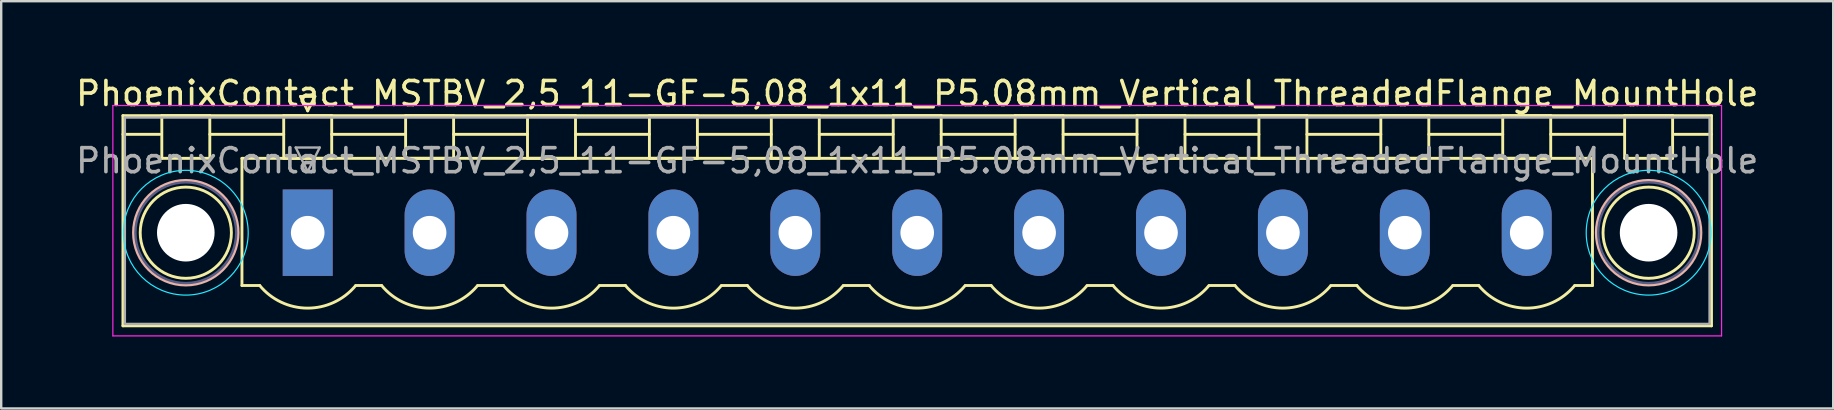
<source format=kicad_pcb>
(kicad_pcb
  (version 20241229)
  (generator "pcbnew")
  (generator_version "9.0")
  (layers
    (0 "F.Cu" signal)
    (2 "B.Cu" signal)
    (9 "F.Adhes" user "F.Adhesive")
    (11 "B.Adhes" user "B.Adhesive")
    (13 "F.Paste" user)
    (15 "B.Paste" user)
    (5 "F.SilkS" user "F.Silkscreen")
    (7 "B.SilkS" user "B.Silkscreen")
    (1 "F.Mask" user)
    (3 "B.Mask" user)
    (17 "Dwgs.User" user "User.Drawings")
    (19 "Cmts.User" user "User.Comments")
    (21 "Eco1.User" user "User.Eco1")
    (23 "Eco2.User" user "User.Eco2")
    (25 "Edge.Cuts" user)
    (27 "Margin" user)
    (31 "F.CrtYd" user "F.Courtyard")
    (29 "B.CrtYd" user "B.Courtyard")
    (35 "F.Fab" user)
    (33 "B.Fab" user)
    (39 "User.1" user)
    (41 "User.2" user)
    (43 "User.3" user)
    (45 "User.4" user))
  (footprint "PhoenixContact_MSTBV_2,5_11-GF-5,08_1x11_P5.08mm_Vertical_ThreadedFlange_MountHole"
    (layer "F.Cu")
    (at 9.773 6.648)
    (property "Reference" "PhoenixContact_MSTBV_2,5_11-GF-5,08_1x11_P5.08mm_Vertical_ThreadedFlange_MountHole" (at 25.4 -5.8 0) (layer "F.SilkS") (effects (font (size 1 1) (thickness 0.15))))
    (attr through_hole)
    (fp_line (start -7.7 -4.88) (end -7.7 3.88) (stroke (width 0.12) (type solid)) (layer "F.SilkS"))
    (fp_line (start -7.7 -4.1) (end -6.16 -4.1) (stroke (width 0.12) (type solid)) (layer "F.SilkS"))
    (fp_line (start -7.7 3.88) (end 58.5 3.88) (stroke (width 0.12) (type solid)) (layer "F.SilkS"))
    (fp_line (start -6.08 -4.88) (end -4.08 -4.88) (stroke (width 0.12) (type solid)) (layer "F.SilkS"))
    (fp_line (start -6.08 -3.1) (end -6.08 -4.88) (stroke (width 0.12) (type solid)) (layer "F.SilkS"))
    (fp_line (start -4.08 -4.88) (end -4.08 -3.1) (stroke (width 0.12) (type solid)) (layer "F.SilkS"))
    (fp_line (start -4.08 -4.1) (end -1 -4.1) (stroke (width 0.12) (type solid)) (layer "F.SilkS"))
    (fp_line (start -4.08 -3.1) (end -6.08 -3.1) (stroke (width 0.12) (type solid)) (layer "F.SilkS"))
    (fp_line (start -2.74 -3.1) (end 53.54 -3.1) (stroke (width 0.12) (type solid)) (layer "F.SilkS"))
    (fp_line (start -2.74 2.2) (end -2.74 -3.1) (stroke (width 0.12) (type solid)) (layer "F.SilkS"))
    (fp_line (start -2 2.2) (end -2.74 2.2) (stroke (width 0.12) (type solid)) (layer "F.SilkS"))
    (fp_line (start -1 -4.88) (end 1 -4.88) (stroke (width 0.12) (type solid)) (layer "F.SilkS"))
    (fp_line (start -1 -3.1) (end -1 -4.88) (stroke (width 0.12) (type solid)) (layer "F.SilkS"))
    (fp_line (start -0.3 -5.68) (end 0.3 -5.68) (stroke (width 0.12) (type solid)) (layer "F.SilkS"))
    (fp_line (start 0 -5.08) (end -0.3 -5.68) (stroke (width 0.12) (type solid)) (layer "F.SilkS"))
    (fp_line (start 0.3 -5.68) (end 0 -5.08) (stroke (width 0.12) (type solid)) (layer "F.SilkS"))
    (fp_line (start 1 -4.88) (end 1 -3.1) (stroke (width 0.12) (type solid)) (layer "F.SilkS"))
    (fp_line (start 1 -4.1) (end 4.08 -4.1) (stroke (width 0.12) (type solid)) (layer "F.SilkS"))
    (fp_line (start 1 -3.1) (end -1 -3.1) (stroke (width 0.12) (type solid)) (layer "F.SilkS"))
    (fp_line (start 2 2.2) (end 3.08 2.2) (stroke (width 0.12) (type solid)) (layer "F.SilkS"))
    (fp_line (start 4.08 -4.88) (end 6.08 -4.88) (stroke (width 0.12) (type solid)) (layer "F.SilkS"))
    (fp_line (start 4.08 -3.1) (end 4.08 -4.88) (stroke (width 0.12) (type solid)) (layer "F.SilkS"))
    (fp_line (start 6.08 -4.88) (end 6.08 -3.1) (stroke (width 0.12) (type solid)) (layer "F.SilkS"))
    (fp_line (start 6.08 -4.1) (end 9.16 -4.1) (stroke (width 0.12) (type solid)) (layer "F.SilkS"))
    (fp_line (start 6.08 -3.1) (end 4.08 -3.1) (stroke (width 0.12) (type solid)) (layer "F.SilkS"))
    (fp_line (start 7.08 2.2) (end 8.16 2.2) (stroke (width 0.12) (type solid)) (layer "F.SilkS"))
    (fp_line (start 9.16 -4.88) (end 11.16 -4.88) (stroke (width 0.12) (type solid)) (layer "F.SilkS"))
    (fp_line (start 9.16 -3.1) (end 9.16 -4.88) (stroke (width 0.12) (type solid)) (layer "F.SilkS"))
    (fp_line (start 11.16 -4.88) (end 11.16 -3.1) (stroke (width 0.12) (type solid)) (layer "F.SilkS"))
    (fp_line (start 11.16 -4.1) (end 14.24 -4.1) (stroke (width 0.12) (type solid)) (layer "F.SilkS"))
    (fp_line (start 11.16 -3.1) (end 9.16 -3.1) (stroke (width 0.12) (type solid)) (layer "F.SilkS"))
    (fp_line (start 12.16 2.2) (end 13.24 2.2) (stroke (width 0.12) (type solid)) (layer "F.SilkS"))
    (fp_line (start 14.24 -4.88) (end 16.24 -4.88) (stroke (width 0.12) (type solid)) (layer "F.SilkS"))
    (fp_line (start 14.24 -3.1) (end 14.24 -4.88) (stroke (width 0.12) (type solid)) (layer "F.SilkS"))
    (fp_line (start 16.24 -4.88) (end 16.24 -3.1) (stroke (width 0.12) (type solid)) (layer "F.SilkS"))
    (fp_line (start 16.24 -4.1) (end 19.32 -4.1) (stroke (width 0.12) (type solid)) (layer "F.SilkS"))
    (fp_line (start 16.24 -3.1) (end 14.24 -3.1) (stroke (width 0.12) (type solid)) (layer "F.SilkS"))
    (fp_line (start 17.24 2.2) (end 18.32 2.2) (stroke (width 0.12) (type solid)) (layer "F.SilkS"))
    (fp_line (start 19.32 -4.88) (end 21.32 -4.88) (stroke (width 0.12) (type solid)) (layer "F.SilkS"))
    (fp_line (start 19.32 -3.1) (end 19.32 -4.88) (stroke (width 0.12) (type solid)) (layer "F.SilkS"))
    (fp_line (start 21.32 -4.88) (end 21.32 -3.1) (stroke (width 0.12) (type solid)) (layer "F.SilkS"))
    (fp_line (start 21.32 -4.1) (end 24.4 -4.1) (stroke (width 0.12) (type solid)) (layer "F.SilkS"))
    (fp_line (start 21.32 -3.1) (end 19.32 -3.1) (stroke (width 0.12) (type solid)) (layer "F.SilkS"))
    (fp_line (start 22.32 2.2) (end 23.4 2.2) (stroke (width 0.12) (type solid)) (layer "F.SilkS"))
    (fp_line (start 24.4 -4.88) (end 26.4 -4.88) (stroke (width 0.12) (type solid)) (layer "F.SilkS"))
    (fp_line (start 24.4 -3.1) (end 24.4 -4.88) (stroke (width 0.12) (type solid)) (layer "F.SilkS"))
    (fp_line (start 26.4 -4.88) (end 26.4 -3.1) (stroke (width 0.12) (type solid)) (layer "F.SilkS"))
    (fp_line (start 26.4 -4.1) (end 29.48 -4.1) (stroke (width 0.12) (type solid)) (layer "F.SilkS"))
    (fp_line (start 26.4 -3.1) (end 24.4 -3.1) (stroke (width 0.12) (type solid)) (layer "F.SilkS"))
    (fp_line (start 27.4 2.2) (end 28.48 2.2) (stroke (width 0.12) (type solid)) (layer "F.SilkS"))
    (fp_line (start 29.48 -4.88) (end 31.48 -4.88) (stroke (width 0.12) (type solid)) (layer "F.SilkS"))
    (fp_line (start 29.48 -3.1) (end 29.48 -4.88) (stroke (width 0.12) (type solid)) (layer "F.SilkS"))
    (fp_line (start 31.48 -4.88) (end 31.48 -3.1) (stroke (width 0.12) (type solid)) (layer "F.SilkS"))
    (fp_line (start 31.48 -4.1) (end 34.56 -4.1) (stroke (width 0.12) (type solid)) (layer "F.SilkS"))
    (fp_line (start 31.48 -3.1) (end 29.48 -3.1) (stroke (width 0.12) (type solid)) (layer "F.SilkS"))
    (fp_line (start 32.48 2.2) (end 33.56 2.2) (stroke (width 0.12) (type solid)) (layer "F.SilkS"))
    (fp_line (start 34.56 -4.88) (end 36.56 -4.88) (stroke (width 0.12) (type solid)) (layer "F.SilkS"))
    (fp_line (start 34.56 -3.1) (end 34.56 -4.88) (stroke (width 0.12) (type solid)) (layer "F.SilkS"))
    (fp_line (start 36.56 -4.88) (end 36.56 -3.1) (stroke (width 0.12) (type solid)) (layer "F.SilkS"))
    (fp_line (start 36.56 -4.1) (end 39.64 -4.1) (stroke (width 0.12) (type solid)) (layer "F.SilkS"))
    (fp_line (start 36.56 -3.1) (end 34.56 -3.1) (stroke (width 0.12) (type solid)) (layer "F.SilkS"))
    (fp_line (start 37.56 2.2) (end 38.64 2.2) (stroke (width 0.12) (type solid)) (layer "F.SilkS"))
    (fp_line (start 39.64 -4.88) (end 41.64 -4.88) (stroke (width 0.12) (type solid)) (layer "F.SilkS"))
    (fp_line (start 39.64 -3.1) (end 39.64 -4.88) (stroke (width 0.12) (type solid)) (layer "F.SilkS"))
    (fp_line (start 41.64 -4.88) (end 41.64 -3.1) (stroke (width 0.12) (type solid)) (layer "F.SilkS"))
    (fp_line (start 41.64 -4.1) (end 44.72 -4.1) (stroke (width 0.12) (type solid)) (layer "F.SilkS"))
    (fp_line (start 41.64 -3.1) (end 39.64 -3.1) (stroke (width 0.12) (type solid)) (layer "F.SilkS"))
    (fp_line (start 42.64 2.2) (end 43.72 2.2) (stroke (width 0.12) (type solid)) (layer "F.SilkS"))
    (fp_line (start 44.72 -4.88) (end 46.72 -4.88) (stroke (width 0.12) (type solid)) (layer "F.SilkS"))
    (fp_line (start 44.72 -3.1) (end 44.72 -4.88) (stroke (width 0.12) (type solid)) (layer "F.SilkS"))
    (fp_line (start 46.72 -4.88) (end 46.72 -3.1) (stroke (width 0.12) (type solid)) (layer "F.SilkS"))
    (fp_line (start 46.72 -4.1) (end 49.8 -4.1) (stroke (width 0.12) (type solid)) (layer "F.SilkS"))
    (fp_line (start 46.72 -3.1) (end 44.72 -3.1) (stroke (width 0.12) (type solid)) (layer "F.SilkS"))
    (fp_line (start 47.72 2.2) (end 48.8 2.2) (stroke (width 0.12) (type solid)) (layer "F.SilkS"))
    (fp_line (start 49.8 -4.88) (end 51.8 -4.88) (stroke (width 0.12) (type solid)) (layer "F.SilkS"))
    (fp_line (start 49.8 -3.1) (end 49.8 -4.88) (stroke (width 0.12) (type solid)) (layer "F.SilkS"))
    (fp_line (start 51.8 -4.88) (end 51.8 -3.1) (stroke (width 0.12) (type solid)) (layer "F.SilkS"))
    (fp_line (start 51.8 -4.1) (end 54.88 -4.1) (stroke (width 0.12) (type solid)) (layer "F.SilkS"))
    (fp_line (start 51.8 -3.1) (end 49.8 -3.1) (stroke (width 0.12) (type solid)) (layer "F.SilkS"))
    (fp_line (start 53.54 -3.1) (end 53.54 2.2) (stroke (width 0.12) (type solid)) (layer "F.SilkS"))
    (fp_line (start 53.54 2.2) (end 52.8 2.2) (stroke (width 0.12) (type solid)) (layer "F.SilkS"))
    (fp_line (start 54.88 -4.88) (end 56.88 -4.88) (stroke (width 0.12) (type solid)) (layer "F.SilkS"))
    (fp_line (start 54.88 -3.1) (end 54.88 -4.88) (stroke (width 0.12) (type solid)) (layer "F.SilkS"))
    (fp_line (start 56.88 -4.88) (end 56.88 -3.1) (stroke (width 0.12) (type solid)) (layer "F.SilkS"))
    (fp_line (start 56.88 -3.1) (end 54.88 -3.1) (stroke (width 0.12) (type solid)) (layer "F.SilkS"))
    (fp_line (start 58.5 -4.88) (end -7.7 -4.88) (stroke (width 0.12) (type solid)) (layer "F.SilkS"))
    (fp_line (start 58.5 -4.1) (end 56.96 -4.1) (stroke (width 0.12) (type solid)) (layer "F.SilkS"))
    (fp_line (start 58.5 3.88) (end 58.5 -4.88) (stroke (width 0.12) (type solid)) (layer "F.SilkS"))
    (fp_arc (start 1.986842 2.215821) (mid -0.010289 3.142758) (end -2 2.2) (stroke (width 0.12) (type solid)) (layer "F.SilkS"))
    (fp_arc (start 7.066842 2.215821) (mid 5.069711 3.142758) (end 3.08 2.2) (stroke (width 0.12) (type solid)) (layer "F.SilkS"))
    (fp_arc (start 12.146842 2.215821) (mid 10.149711 3.142758) (end 8.16 2.2) (stroke (width 0.12) (type solid)) (layer "F.SilkS"))
    (fp_arc (start 17.226842 2.215821) (mid 15.229711 3.142758) (end 13.24 2.2) (stroke (width 0.12) (type solid)) (layer "F.SilkS"))
    (fp_arc (start 22.306842 2.215821) (mid 20.309711 3.142758) (end 18.32 2.2) (stroke (width 0.12) (type solid)) (layer "F.SilkS"))
    (fp_arc (start 27.386842 2.215821) (mid 25.389711 3.142758) (end 23.4 2.2) (stroke (width 0.12) (type solid)) (layer "F.SilkS"))
    (fp_arc (start 32.466842 2.215821) (mid 30.469711 3.142758) (end 28.48 2.2) (stroke (width 0.12) (type solid)) (layer "F.SilkS"))
    (fp_arc (start 37.546842 2.215821) (mid 35.549711 3.142758) (end 33.56 2.2) (stroke (width 0.12) (type solid)) (layer "F.SilkS"))
    (fp_arc (start 42.626842 2.215821) (mid 40.629711 3.142758) (end 38.64 2.2) (stroke (width 0.12) (type solid)) (layer "F.SilkS"))
    (fp_arc (start 47.706842 2.215821) (mid 45.709711 3.142758) (end 43.72 2.2) (stroke (width 0.12) (type solid)) (layer "F.SilkS"))
    (fp_arc (start 52.786842 2.215821) (mid 50.789711 3.142758) (end 48.8 2.2) (stroke (width 0.12) (type solid)) (layer "F.SilkS"))
    (fp_circle (center -5.08 0) (end -3.18 0) (stroke (width 0.12) (type solid)) (fill no) (layer "F.SilkS"))
    (fp_circle (center 55.88 0) (end 57.78 0) (stroke (width 0.12) (type solid)) (fill no) (layer "F.SilkS"))
    (fp_circle (center -5.08 0) (end -2.9 0) (stroke (width 0.12) (type solid)) (fill no) (layer "B.SilkS"))
    (fp_circle (center 55.88 0) (end 58.06 0) (stroke (width 0.12) (type solid)) (fill no) (layer "B.SilkS"))
    (fp_circle (center -5.08 0) (end -2.48 0) (stroke (width 0.05) (type solid)) (fill no) (layer "B.CrtYd"))
    (fp_circle (center 55.88 0) (end 58.48 0) (stroke (width 0.05) (type solid)) (fill no) (layer "B.CrtYd"))
    (fp_line (start -8.12 -5.3) (end -8.12 4.3) (stroke (width 0.05) (type solid)) (layer "F.CrtYd"))
    (fp_line (start -8.12 4.3) (end 58.92 4.3) (stroke (width 0.05) (type solid)) (layer "F.CrtYd"))
    (fp_line (start 58.92 -5.3) (end -8.12 -5.3) (stroke (width 0.05) (type solid)) (layer "F.CrtYd"))
    (fp_line (start 58.92 4.3) (end 58.92 -5.3) (stroke (width 0.05) (type solid)) (layer "F.CrtYd"))
    (fp_circle (center -5.08 0) (end -2.98 0) (stroke (width 0.1) (type solid)) (fill no) (layer "B.Fab"))
    (fp_circle (center 55.88 0) (end 57.98 0) (stroke (width 0.1) (type solid)) (fill no) (layer "B.Fab"))
    (fp_line (start -7.62 -4.8) (end -7.62 3.8) (stroke (width 0.1) (type solid)) (layer "F.Fab"))
    (fp_line (start -7.62 3.8) (end 58.42 3.8) (stroke (width 0.1) (type solid)) (layer "F.Fab"))
    (fp_line (start -0.5 -3.55) (end 0.5 -3.55) (stroke (width 0.1) (type solid)) (layer "F.Fab"))
    (fp_line (start 0 -2.55) (end -0.5 -3.55) (stroke (width 0.1) (type solid)) (layer "F.Fab"))
    (fp_line (start 0.5 -3.55) (end 0 -2.55) (stroke (width 0.1) (type solid)) (layer "F.Fab"))
    (fp_line (start 58.42 -4.8) (end -7.62 -4.8) (stroke (width 0.1) (type solid)) (layer "F.Fab"))
    (fp_line (start 58.42 3.8) (end 58.42 -4.8) (stroke (width 0.1) (type solid)) (layer "F.Fab"))
    (fp_text user "${REFERENCE}" (at 25.4 -3 0) (layer "F.Fab") (effects (font (size 1 1) (thickness 0.15))))
    (pad "" np_thru_hole circle (at -5.08 0) (size 2.4 2.4) (drill 2.4) (layers "*.Cu" "*.Mask"))
    (pad "" np_thru_hole circle (at 55.88 0) (size 2.4 2.4) (drill 2.4) (layers "*.Cu" "*.Mask"))
    (pad "1" thru_hole rect (at 0 0) (size 2.08 3.6) (drill 1.4) (layers "*.Cu" "*.Mask"))
    (pad "2" thru_hole oval (at 5.08 0) (size 2.08 3.6) (drill 1.4) (layers "*.Cu" "*.Mask"))
    (pad "3" thru_hole oval (at 10.16 0) (size 2.08 3.6) (drill 1.4) (layers "*.Cu" "*.Mask"))
    (pad "4" thru_hole oval (at 15.24 0) (size 2.08 3.6) (drill 1.4) (layers "*.Cu" "*.Mask"))
    (pad "5" thru_hole oval (at 20.32 0) (size 2.08 3.6) (drill 1.4) (layers "*.Cu" "*.Mask"))
    (pad "6" thru_hole oval (at 25.4 0) (size 2.08 3.6) (drill 1.4) (layers "*.Cu" "*.Mask"))
    (pad "7" thru_hole oval (at 30.48 0) (size 2.08 3.6) (drill 1.4) (layers "*.Cu" "*.Mask"))
    (pad "8" thru_hole oval (at 35.56 0) (size 2.08 3.6) (drill 1.4) (layers "*.Cu" "*.Mask"))
    (pad "9" thru_hole oval (at 40.64 0) (size 2.08 3.6) (drill 1.4) (layers "*.Cu" "*.Mask"))
    (pad "10" thru_hole oval (at 45.72 0) (size 2.08 3.6) (drill 1.4) (layers "*.Cu" "*.Mask"))
    (pad "11" thru_hole oval (at 50.8 0) (size 2.08 3.6) (drill 1.4) (layers "*.Cu" "*.Mask")))
  (gr_rect
    (start -3 -3)
    (end 73.345 13.973)
    (stroke (width 0.1) (type default))
    (fill no)
    (layer "Edge.Cuts")))
</source>
